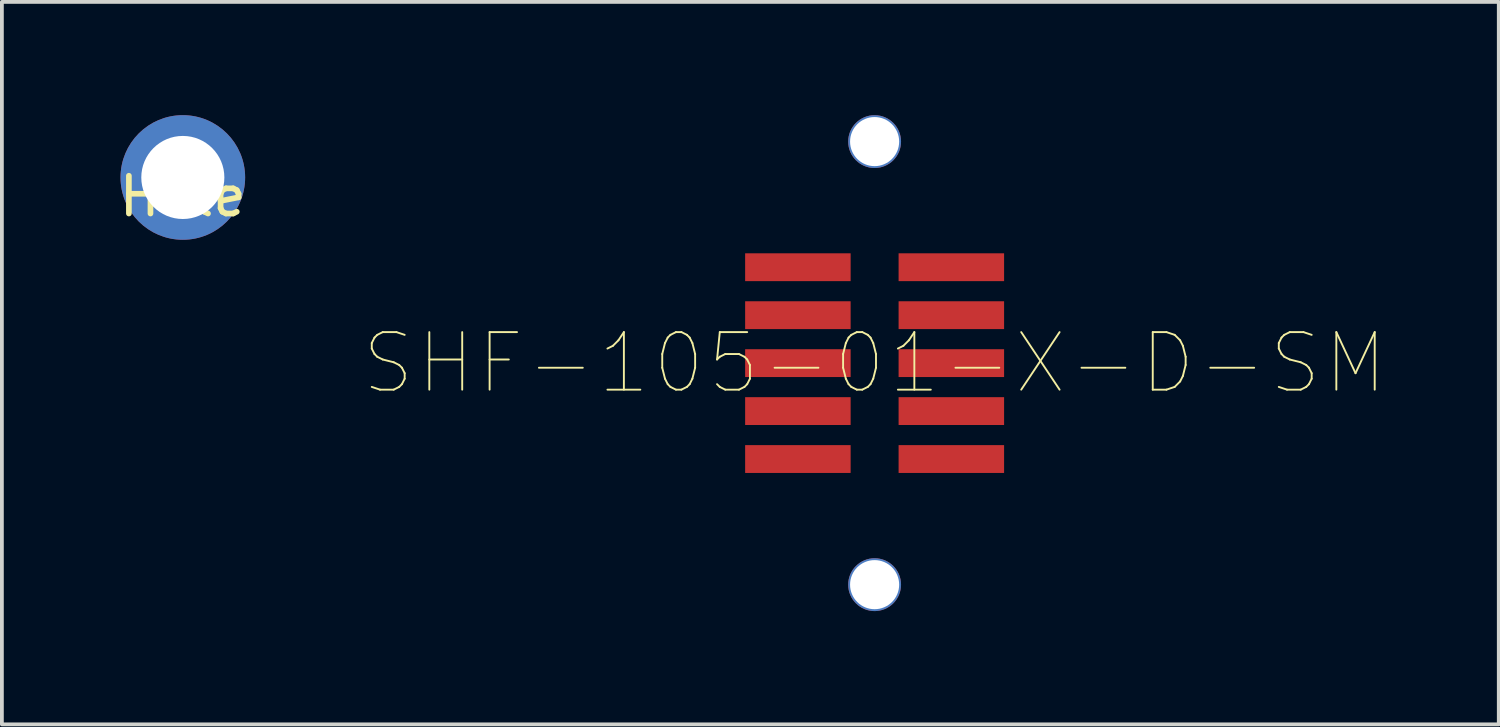
<source format=kicad_pcb>
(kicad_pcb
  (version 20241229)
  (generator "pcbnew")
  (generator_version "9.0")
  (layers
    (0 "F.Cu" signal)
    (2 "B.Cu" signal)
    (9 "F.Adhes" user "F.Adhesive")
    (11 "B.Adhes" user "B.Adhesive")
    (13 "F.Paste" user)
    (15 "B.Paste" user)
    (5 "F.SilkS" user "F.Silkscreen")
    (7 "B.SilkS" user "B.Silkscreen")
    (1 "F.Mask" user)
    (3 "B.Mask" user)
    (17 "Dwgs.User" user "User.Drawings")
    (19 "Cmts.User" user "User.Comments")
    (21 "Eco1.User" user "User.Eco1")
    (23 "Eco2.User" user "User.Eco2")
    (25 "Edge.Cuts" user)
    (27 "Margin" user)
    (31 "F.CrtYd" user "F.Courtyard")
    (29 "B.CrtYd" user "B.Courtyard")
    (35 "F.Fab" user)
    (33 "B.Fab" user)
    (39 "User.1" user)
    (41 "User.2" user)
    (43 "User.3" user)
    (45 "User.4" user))
  (footprint "Hole"
    (layer "F.Cu")
    (at 1.792 1.65)
    (property "Reference" "Hole" (at 0 0.5 0) (layer "F.SilkS") (effects (font (size 1 1) (thickness 0.15))))
    (attr through_hole)
    (pad "0" thru_hole circle (at 0 0) (size 3.3 3.3) (drill 2.2) (layers "B.Cu" "B.Mask")))
  (footprint "SHF-105-01-X-D-SM"
    (layer "F.Cu")
    (at 20.113 6.567)
    (property "Reference" "SHF-105-01-X-D-SM" (at 0 0 180) (layer "F.SilkS") (effects (font (size 1.524 1.524) (thickness 0.05))))
    (attr smd)
    (pad "0" thru_hole circle (at 0 -5.867 270) (size 1.4 1.4) (drill 1.3) (layers "*.Mask" "F.Cu"))
    (pad "0" thru_hole circle (at 0 5.867 270) (size 1.4 1.4) (drill 1.3) (layers "*.Mask" "F.Cu"))
    (pad "1" smd rect (at -2.032 -2.54) (size 2.794 0.737) (layers "F.Cu" "F.Mask" "F.Paste"))
    (pad "2" smd rect (at 2.032 -2.54) (size 2.794 0.737) (layers "F.Cu" "F.Mask" "F.Paste"))
    (pad "3" smd rect (at -2.032 -1.27) (size 2.794 0.737) (layers "F.Cu" "F.Mask" "F.Paste"))
    (pad "4" smd rect (at 2.032 -1.27) (size 2.794 0.737) (layers "F.Cu" "F.Mask" "F.Paste"))
    (pad "5" smd rect (at -2.032 0) (size 2.794 0.737) (layers "F.Cu" "F.Mask" "F.Paste"))
    (pad "6" smd rect (at 2.032 0) (size 2.794 0.737) (layers "F.Cu" "F.Mask" "F.Paste"))
    (pad "7" smd rect (at -2.032 1.27) (size 2.794 0.737) (layers "F.Cu" "F.Mask" "F.Paste"))
    (pad "8" smd rect (at 2.032 1.27) (size 2.794 0.737) (layers "F.Cu" "F.Mask" "F.Paste"))
    (pad "9" smd rect (at -2.032 2.54) (size 2.794 0.737) (layers "F.Cu" "F.Mask" "F.Paste"))
    (pad "10" smd rect (at 2.032 2.54) (size 2.794 0.737) (layers "F.Cu" "F.Mask" "F.Paste")))
  (gr_rect
    (start -3 -3)
    (end 36.643 16.134)
    (stroke (width 0.1) (type default))
    (fill no)
    (layer "Edge.Cuts")))
</source>
